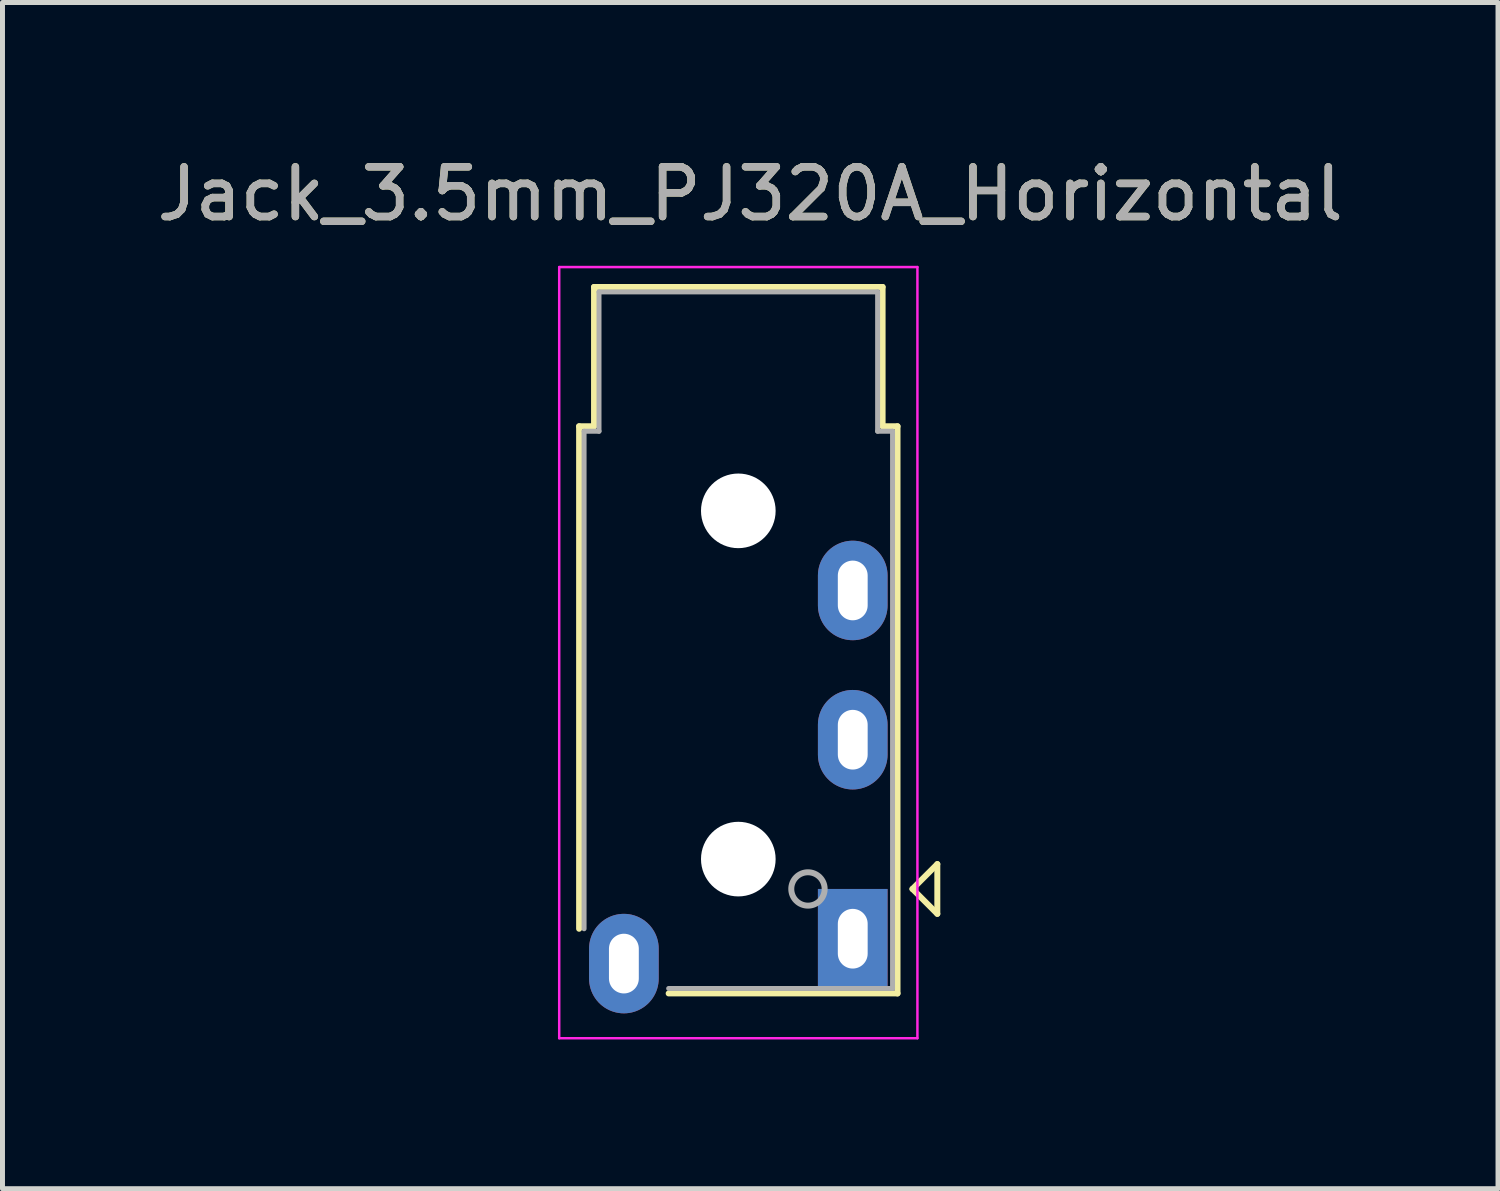
<source format=kicad_pcb>
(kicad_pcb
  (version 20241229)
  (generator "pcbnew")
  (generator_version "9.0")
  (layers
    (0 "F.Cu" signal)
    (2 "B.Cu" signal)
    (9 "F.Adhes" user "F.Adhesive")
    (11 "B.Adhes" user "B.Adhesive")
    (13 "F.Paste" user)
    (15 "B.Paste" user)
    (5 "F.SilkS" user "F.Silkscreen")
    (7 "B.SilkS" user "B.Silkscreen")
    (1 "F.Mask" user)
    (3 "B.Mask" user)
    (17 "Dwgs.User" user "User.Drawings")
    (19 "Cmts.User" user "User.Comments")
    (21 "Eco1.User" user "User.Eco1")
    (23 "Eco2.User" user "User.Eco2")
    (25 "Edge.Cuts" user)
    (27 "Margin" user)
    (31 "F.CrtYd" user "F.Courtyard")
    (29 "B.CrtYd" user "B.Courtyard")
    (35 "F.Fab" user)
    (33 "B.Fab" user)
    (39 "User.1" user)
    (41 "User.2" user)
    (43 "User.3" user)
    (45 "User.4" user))
  (footprint "Jack_3.5mm_PJ320A_Horizontal"
    (layer "F.Cu")
    (at 9.49 14.818)
    (property "Reference" "Jack_3.5mm_PJ320A_Horizontal" (at 2.54 -13.97 0) (layer "F.SilkS") (effects (font (size 1 1) (thickness 0.15))))
    (attr through_hole)
    (fp_line (start -0.9 -9.3) (end -0.9 0.8) (stroke (width 0.12) (type solid)) (layer "F.SilkS"))
    (fp_line (start -0.6 -12.1) (end 5.2 -12.1) (stroke (width 0.12) (type solid)) (layer "F.SilkS"))
    (fp_line (start -0.6 -9.3) (end -0.9 -9.3) (stroke (width 0.12) (type solid)) (layer "F.SilkS"))
    (fp_line (start -0.6 -9.3) (end -0.6 -12.1) (stroke (width 0.12) (type solid)) (layer "F.SilkS"))
    (fp_line (start 5.2 -9.3) (end 5.2 -12.1) (stroke (width 0.12) (type solid)) (layer "F.SilkS"))
    (fp_line (start 5.5 -9.3) (end 5.2 -9.3) (stroke (width 0.12) (type solid)) (layer "F.SilkS"))
    (fp_line (start 5.5 -9.3) (end 5.5 2.1) (stroke (width 0.12) (type solid)) (layer "F.SilkS"))
    (fp_line (start 5.5 2.1) (end 0.9 2.1) (stroke (width 0.12) (type solid)) (layer "F.SilkS"))
    (fp_line (start 5.8 0) (end 6.3 -0.5) (stroke (width 0.12) (type solid)) (layer "F.SilkS"))
    (fp_line (start 6.3 -0.5) (end 6.3 0.5) (stroke (width 0.12) (type solid)) (layer "F.SilkS"))
    (fp_line (start 6.3 0.5) (end 5.8 0) (stroke (width 0.12) (type solid)) (layer "F.SilkS"))
    (fp_line (start -1.3 -12.5) (end -1.3 3) (stroke (width 0.05) (type solid)) (layer "F.CrtYd"))
    (fp_line (start 5.9 -12.5) (end -1.3 -12.5) (stroke (width 0.05) (type solid)) (layer "F.CrtYd"))
    (fp_line (start 5.9 -12.5) (end 5.9 3) (stroke (width 0.05) (type solid)) (layer "F.CrtYd"))
    (fp_line (start 5.9 3) (end -1.3 3) (stroke (width 0.05) (type solid)) (layer "F.CrtYd"))
    (fp_line (start -0.8 -9.2) (end -0.8 0.8) (stroke (width 0.1) (type solid)) (layer "F.Fab"))
    (fp_line (start -0.5 -12) (end -0.5 -9.2) (stroke (width 0.1) (type solid)) (layer "F.Fab"))
    (fp_line (start -0.5 -9.2) (end -0.8 -9.2) (stroke (width 0.1) (type solid)) (layer "F.Fab"))
    (fp_line (start 0.9 2) (end 5.4 2) (stroke (width 0.1) (type solid)) (layer "F.Fab"))
    (fp_line (start 5.1 -12) (end -0.5 -12) (stroke (width 0.1) (type solid)) (layer "F.Fab"))
    (fp_line (start 5.1 -9.2) (end 5.1 -12) (stroke (width 0.1) (type solid)) (layer "F.Fab"))
    (fp_line (start 5.4 -9.2) (end 5.1 -9.2) (stroke (width 0.1) (type solid)) (layer "F.Fab"))
    (fp_line (start 5.4 2) (end 5.4 -9.2) (stroke (width 0.1) (type solid)) (layer "F.Fab"))
    (fp_circle (center 3.7 0) (end 3.4 0.15) (stroke (width 0.12) (type solid)) (fill no) (layer "F.Fab"))
    (fp_text user "${REFERENCE}" (at 2.54 -13.97 0) (layer "F.Fab") (effects (font (size 1 1) (thickness 0.15))))
    (pad "" np_thru_hole circle (at 2.3 -7.6 90) (size 1.5 1.5) (drill 1.5) (layers "*.Cu" "*.Mask"))
    (pad "" np_thru_hole circle (at 2.3 -0.6 90) (size 1.5 1.5) (drill 1.5) (layers "*.Cu" "*.Mask"))
    (pad "R1" thru_hole oval (at 4.6 -3 90) (size 2 1.4) (drill oval 1.2 0.6) (layers "*.Cu" "*.Mask"))
    (pad "R2" thru_hole oval (at 4.6 -6 90) (size 2 1.4) (drill oval 1.2 0.6) (layers "*.Cu" "*.Mask"))
    (pad "S" thru_hole oval (at 0 1.5 90) (size 2 1.4) (drill oval 1.2 0.6) (layers "*.Cu" "*.Mask"))
    (pad "T" thru_hole rect (at 4.6 1 90) (size 2 1.4) (drill oval 1.2 0.6) (layers "*.Cu" "*.Mask")))
  (gr_rect
    (start -3 -3)
    (end 27.06 20.843)
    (stroke (width 0.1) (type default))
    (fill no)
    (layer "Edge.Cuts")))
</source>
